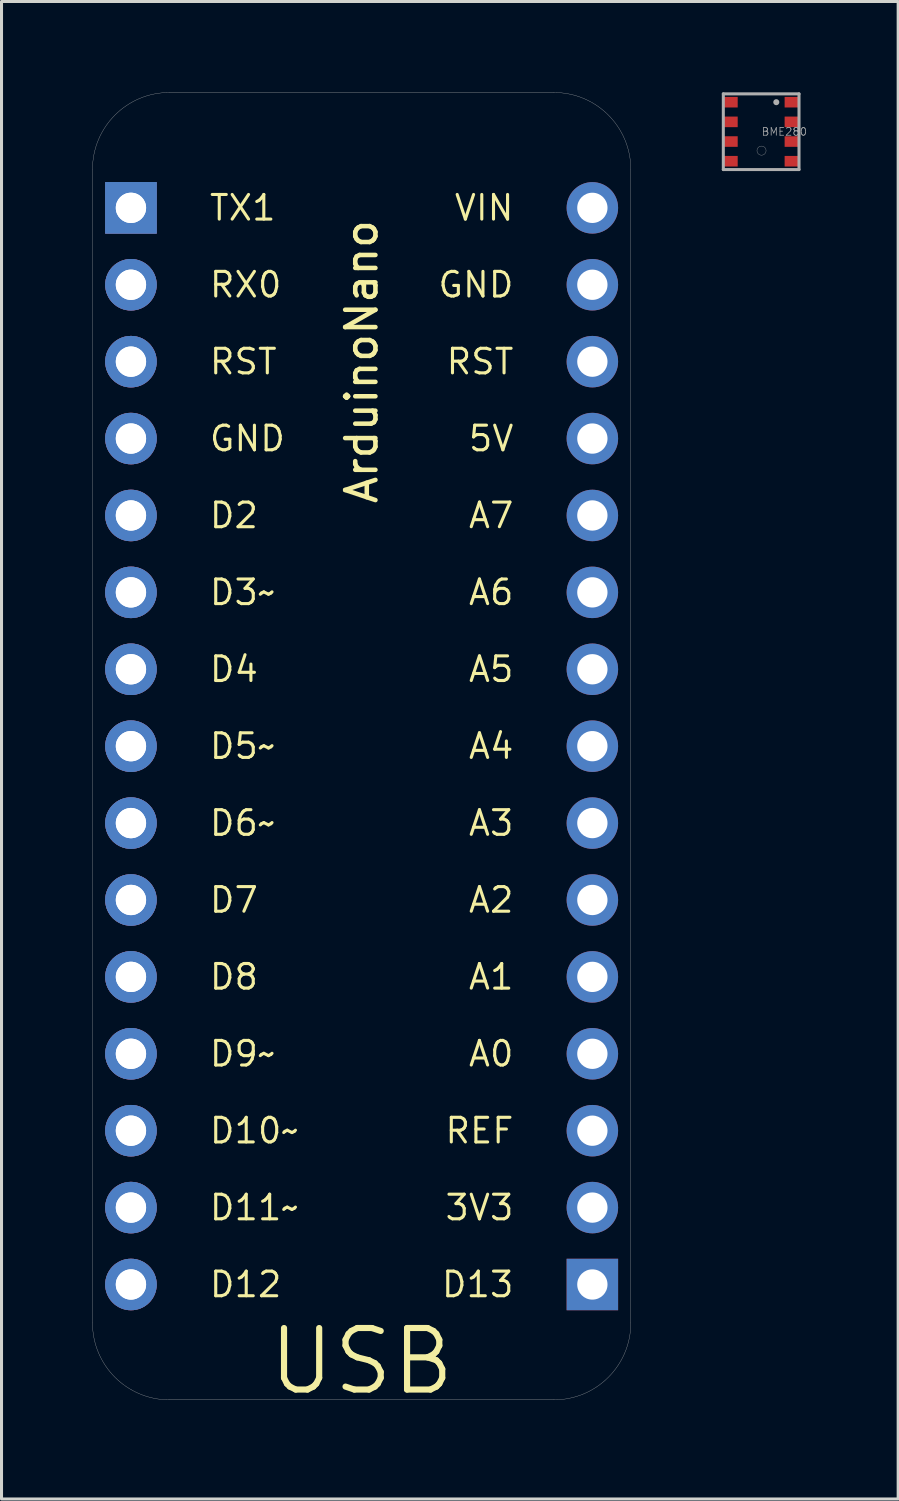
<source format=kicad_pcb>
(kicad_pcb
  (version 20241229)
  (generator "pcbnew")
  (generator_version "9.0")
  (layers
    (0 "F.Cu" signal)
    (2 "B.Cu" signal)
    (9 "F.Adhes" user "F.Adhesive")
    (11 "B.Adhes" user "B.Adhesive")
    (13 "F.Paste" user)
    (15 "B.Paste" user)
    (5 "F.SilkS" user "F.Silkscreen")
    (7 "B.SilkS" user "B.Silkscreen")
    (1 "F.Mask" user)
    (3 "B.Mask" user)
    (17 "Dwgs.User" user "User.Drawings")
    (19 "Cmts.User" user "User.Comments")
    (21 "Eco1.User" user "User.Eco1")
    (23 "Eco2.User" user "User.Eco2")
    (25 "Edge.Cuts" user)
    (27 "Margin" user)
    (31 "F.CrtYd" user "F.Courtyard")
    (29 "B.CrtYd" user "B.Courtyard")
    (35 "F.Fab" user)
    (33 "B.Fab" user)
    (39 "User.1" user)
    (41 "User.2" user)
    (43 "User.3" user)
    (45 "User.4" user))
  (footprint "ArduinoNano"
    (layer "F.Cu")
    (at 1.275 3.815)
    (property "Reference" "ArduinoNano" (at 7.62 5.08 90) (layer "F.SilkS") (effects (font (size 1 1) (thickness 0.15))))
    (attr through_hole)
    (fp_line (start -1.27 36.83) (end -1.27 -1.27) (stroke (width 0.01) (type solid)) (layer "F.Fab"))
    (fp_line (start 1.27 -3.81) (end 13.97 -3.81) (stroke (width 0.01) (type solid)) (layer "F.Fab"))
    (fp_line (start 13.97 39.37) (end 1.27 39.37) (stroke (width 0.01) (type solid)) (layer "F.Fab"))
    (fp_line (start 16.51 -1.27) (end 16.51 36.83) (stroke (width 0.01) (type solid)) (layer "F.Fab"))
    (fp_arc (start -1.27 -1.27) (mid -0.526051 -3.066051) (end 1.27 -3.81) (stroke (width 0.01) (type solid)) (layer "F.Fab"))
    (fp_arc (start 1.27 39.37) (mid -0.526051 38.626051) (end -1.27 36.83) (stroke (width 0.01) (type solid)) (layer "F.Fab"))
    (fp_arc (start 13.97 -3.81) (mid 15.766051 -3.066051) (end 16.51 -1.27) (stroke (width 0.01) (type solid)) (layer "F.Fab"))
    (fp_arc (start 16.51 36.83) (mid 15.766051 38.626051) (end 13.97 39.37) (stroke (width 0.01) (type solid)) (layer "F.Fab"))
    (fp_text user "A4" (at 12.7 17.78 0) (layer "F.SilkS") (effects (font (size 0.813 0.813) (thickness 0.102)) (justify right)))
    (fp_text user "D8" (at 2.54 25.4 0) (layer "F.SilkS") (effects (font (size 0.813 0.813) (thickness 0.102)) (justify left)))
    (fp_text user "D6~" (at 2.54 20.32 0) (layer "F.SilkS") (effects (font (size 0.813 0.813) (thickness 0.102)) (justify left)))
    (fp_text user "TX1" (at 2.54 0 180) (layer "F.SilkS") (effects (font (size 0.813 0.813) (thickness 0.102)) (justify left)))
    (fp_text user "D10~" (at 2.54 30.48 0) (layer "F.SilkS") (effects (font (size 0.813 0.813) (thickness 0.102)) (justify left)))
    (fp_text user "GND" (at 2.54 7.62 0) (layer "F.SilkS") (effects (font (size 0.813 0.813) (thickness 0.102)) (justify left)))
    (fp_text user "D12" (at 2.54 35.56 0) (layer "F.SilkS") (effects (font (size 0.813 0.813) (thickness 0.102)) (justify left)))
    (fp_text user "RST" (at 12.7 5.08 0) (layer "F.SilkS") (effects (font (size 0.813 0.813) (thickness 0.102)) (justify right)))
    (fp_text user "5V" (at 12.7 7.62 0) (layer "F.SilkS") (effects (font (size 0.813 0.813) (thickness 0.102)) (justify right)))
    (fp_text user "A2" (at 12.7 22.86 0) (layer "F.SilkS") (effects (font (size 0.813 0.813) (thickness 0.102)) (justify right)))
    (fp_text user "D13" (at 12.7 35.56 0) (layer "F.SilkS") (effects (font (size 0.813 0.813) (thickness 0.102)) (justify right)))
    (fp_text user "D2" (at 2.54 10.16 0) (layer "F.SilkS") (effects (font (size 0.813 0.813) (thickness 0.102)) (justify left)))
    (fp_text user "RX0" (at 2.54 2.54 180) (layer "F.SilkS") (effects (font (size 0.813 0.813) (thickness 0.102)) (justify left)))
    (fp_text user "A7" (at 12.7 10.16 0) (layer "F.SilkS") (effects (font (size 0.813 0.813) (thickness 0.102)) (justify right)))
    (fp_text user "USB" (at 7.62 38.1 0) (layer "F.SilkS") (effects (font (size 2.032 2.032) (thickness 0.203))))
    (fp_text user "D4" (at 2.54 15.24 0) (layer "F.SilkS") (effects (font (size 0.813 0.813) (thickness 0.102)) (justify left)))
    (fp_text user "3V3" (at 12.7 33.02 0) (layer "F.SilkS") (effects (font (size 0.813 0.813) (thickness 0.102)) (justify right)))
    (fp_text user "REF" (at 12.7 30.48 0) (layer "F.SilkS") (effects (font (size 0.813 0.813) (thickness 0.102)) (justify right)))
    (fp_text user "VIN" (at 12.7 0 0) (layer "F.SilkS") (effects (font (size 0.813 0.813) (thickness 0.102)) (justify right)))
    (fp_text user "A6" (at 12.7 12.7 0) (layer "F.SilkS") (effects (font (size 0.813 0.813) (thickness 0.102)) (justify right)))
    (fp_text user "D3~" (at 2.54 12.7 0) (layer "F.SilkS") (effects (font (size 0.813 0.813) (thickness 0.102)) (justify left)))
    (fp_text user "D7" (at 2.54 22.86 0) (layer "F.SilkS") (effects (font (size 0.813 0.813) (thickness 0.102)) (justify left)))
    (fp_text user "D9~" (at 2.54 27.94 0) (layer "F.SilkS") (effects (font (size 0.813 0.813) (thickness 0.102)) (justify left)))
    (fp_text user "RST" (at 2.54 5.08 0) (layer "F.SilkS") (effects (font (size 0.813 0.813) (thickness 0.102)) (justify left)))
    (fp_text user "A0" (at 12.7 27.94 0) (layer "F.SilkS") (effects (font (size 0.813 0.813) (thickness 0.102)) (justify right)))
    (fp_text user "A1" (at 12.7 25.4 0) (layer "F.SilkS") (effects (font (size 0.813 0.813) (thickness 0.102)) (justify right)))
    (fp_text user "A5" (at 12.7 15.24 0) (layer "F.SilkS") (effects (font (size 0.813 0.813) (thickness 0.102)) (justify right)))
    (fp_text user "GND" (at 12.7 2.54 0) (layer "F.SilkS") (effects (font (size 0.813 0.813) (thickness 0.102)) (justify right)))
    (fp_text user "D11~" (at 2.54 33.02 0) (layer "F.SilkS") (effects (font (size 0.813 0.813) (thickness 0.102)) (justify left)))
    (fp_text user "A3" (at 12.7 20.32 0) (layer "F.SilkS") (effects (font (size 0.813 0.813) (thickness 0.102)) (justify right)))
    (fp_text user "D5~" (at 2.54 17.78 0) (layer "F.SilkS") (effects (font (size 0.813 0.813) (thickness 0.102)) (justify left)))
    (pad "1" thru_hole rect (at 0 0) (size 1.7 1.7) (drill 1) (layers "*.Cu" "*.Mask"))
    (pad "1" thru_hole rect (at 0 0) (size 1.7 1.7) (drill 1) (layers "*.Cu" "*.Mask"))
    (pad "2" thru_hole oval (at 0 2.54) (size 1.7 1.7) (drill 1) (layers "*.Cu" "*.Mask"))
    (pad "2" thru_hole oval (at 0 2.54) (size 1.7 1.7) (drill 1) (layers "*.Cu" "*.Mask"))
    (pad "3" thru_hole oval (at 0 5.08) (size 1.7 1.7) (drill 1) (layers "*.Cu" "*.Mask"))
    (pad "3" thru_hole oval (at 0 5.08) (size 1.7 1.7) (drill 1) (layers "*.Cu" "*.Mask"))
    (pad "4" thru_hole oval (at 0 7.62) (size 1.7 1.7) (drill 1) (layers "*.Cu" "*.Mask"))
    (pad "4" thru_hole oval (at 0 7.62) (size 1.7 1.7) (drill 1) (layers "*.Cu" "*.Mask"))
    (pad "5" thru_hole oval (at 0 10.16) (size 1.7 1.7) (drill 1) (layers "*.Cu" "*.Mask"))
    (pad "5" thru_hole oval (at 0 10.16) (size 1.7 1.7) (drill 1) (layers "*.Cu" "*.Mask"))
    (pad "6" thru_hole oval (at 0 12.7) (size 1.7 1.7) (drill 1) (layers "*.Cu" "*.Mask"))
    (pad "6" thru_hole oval (at 0 12.7) (size 1.7 1.7) (drill 1) (layers "*.Cu" "*.Mask"))
    (pad "7" thru_hole oval (at 0 15.24) (size 1.7 1.7) (drill 1) (layers "*.Cu" "*.Mask"))
    (pad "7" thru_hole oval (at 0 15.24) (size 1.7 1.7) (drill 1) (layers "*.Cu" "*.Mask"))
    (pad "8" thru_hole oval (at 0 17.78) (size 1.7 1.7) (drill 1) (layers "*.Cu" "*.Mask"))
    (pad "8" thru_hole oval (at 0 17.78) (size 1.7 1.7) (drill 1) (layers "*.Cu" "*.Mask"))
    (pad "9" thru_hole oval (at 0 20.32) (size 1.7 1.7) (drill 1) (layers "*.Cu" "*.Mask"))
    (pad "9" thru_hole oval (at 0 20.32) (size 1.7 1.7) (drill 1) (layers "*.Cu" "*.Mask"))
    (pad "10" thru_hole oval (at 0 22.86) (size 1.7 1.7) (drill 1) (layers "*.Cu" "*.Mask"))
    (pad "10" thru_hole oval (at 0 22.86) (size 1.7 1.7) (drill 1) (layers "*.Cu" "*.Mask"))
    (pad "11" thru_hole oval (at 0 25.4) (size 1.7 1.7) (drill 1) (layers "*.Cu" "*.Mask"))
    (pad "11" thru_hole oval (at 0 25.4) (size 1.7 1.7) (drill 1) (layers "*.Cu" "*.Mask"))
    (pad "12" thru_hole oval (at 0 27.94) (size 1.7 1.7) (drill 1) (layers "*.Cu" "*.Mask"))
    (pad "12" thru_hole oval (at 0 27.94) (size 1.7 1.7) (drill 1) (layers "*.Cu" "*.Mask"))
    (pad "13" thru_hole oval (at 0 30.48) (size 1.7 1.7) (drill 1) (layers "*.Cu" "*.Mask"))
    (pad "13" thru_hole oval (at 0 30.48) (size 1.7 1.7) (drill 1) (layers "*.Cu" "*.Mask"))
    (pad "14" thru_hole oval (at 0 33.02) (size 1.7 1.7) (drill 1) (layers "*.Cu" "*.Mask"))
    (pad "14" thru_hole oval (at 0 33.02) (size 1.7 1.7) (drill 1) (layers "*.Cu" "*.Mask"))
    (pad "15" thru_hole oval (at 0 35.56) (size 1.7 1.7) (drill 1) (layers "*.Cu" "*.Mask"))
    (pad "15" thru_hole oval (at 0 35.56) (size 1.7 1.7) (drill 1) (layers "*.Cu" "*.Mask"))
    (pad "16" thru_hole rect (at 15.24 35.56 180) (size 1.7 1.7) (drill 1) (layers "*.Cu" "*.Mask"))
    (pad "17" thru_hole oval (at 15.24 33.02 180) (size 1.7 1.7) (drill 1) (layers "*.Cu" "*.Mask"))
    (pad "18" thru_hole oval (at 15.24 30.48 180) (size 1.7 1.7) (drill 1) (layers "*.Cu" "*.Mask"))
    (pad "19" thru_hole oval (at 15.24 27.94 180) (size 1.7 1.7) (drill 1) (layers "*.Cu" "*.Mask"))
    (pad "20" thru_hole oval (at 15.24 25.4 180) (size 1.7 1.7) (drill 1) (layers "*.Cu" "*.Mask"))
    (pad "21" thru_hole oval (at 15.24 22.86 180) (size 1.7 1.7) (drill 1) (layers "*.Cu" "*.Mask"))
    (pad "22" thru_hole oval (at 15.24 20.32 180) (size 1.7 1.7) (drill 1) (layers "*.Cu" "*.Mask"))
    (pad "23" thru_hole oval (at 15.24 17.78 180) (size 1.7 1.7) (drill 1) (layers "*.Cu" "*.Mask"))
    (pad "24" thru_hole oval (at 15.24 15.24 180) (size 1.7 1.7) (drill 1) (layers "*.Cu" "*.Mask"))
    (pad "25" thru_hole oval (at 15.24 12.7 180) (size 1.7 1.7) (drill 1) (layers "*.Cu" "*.Mask"))
    (pad "26" thru_hole oval (at 15.24 10.16 180) (size 1.7 1.7) (drill 1) (layers "*.Cu" "*.Mask"))
    (pad "27" thru_hole oval (at 15.24 7.62 180) (size 1.7 1.7) (drill 1) (layers "*.Cu" "*.Mask"))
    (pad "28" thru_hole oval (at 15.24 5.08 180) (size 1.7 1.7) (drill 1) (layers "*.Cu" "*.Mask"))
    (pad "29" thru_hole oval (at 15.24 2.54 180) (size 1.7 1.7) (drill 1) (layers "*.Cu" "*.Mask"))
    (pad "30" thru_hole oval (at 15.24 0 180) (size 1.7 1.7) (drill 1) (layers "*.Cu" "*.Mask")))
  (footprint "BME280"
    (layer "F.Cu")
    (at 22.09 1.3)
    (property "Reference" "BME280" (at 0 0 0) (layer "F.Fab") (effects (font (size 0.254 0.254) (thickness 0.025)) (justify left)))
    (attr smd)
    (fp_line (start -1.25 -1.25) (end 1.25 -1.25) (stroke (width 0.1) (type solid)) (layer "F.Fab"))
    (fp_line (start -1.25 1.25) (end -1.25 -1.25) (stroke (width 0.1) (type solid)) (layer "F.Fab"))
    (fp_line (start 1.25 -1.25) (end 1.25 1.25) (stroke (width 0.1) (type solid)) (layer "F.Fab"))
    (fp_line (start 1.25 1.25) (end -1.25 1.25) (stroke (width 0.1) (type solid)) (layer "F.Fab"))
    (fp_circle (center 0.012 0.625) (end 0.012 0.775) (stroke (width 0.01) (type solid)) (fill no) (layer "F.Fab"))
    (fp_circle (center 0.5 -0.975) (end 0.45 -0.975) (stroke (width 0.1) (type solid)) (fill no) (layer "F.Fab"))
    (pad "1" smd rect (at 1.025 -0.975) (size 0.5 0.35) (layers "F.Cu" "F.Mask" "F.Paste"))
    (pad "2" smd rect (at 1.025 -0.325) (size 0.5 0.35) (layers "F.Cu" "F.Mask" "F.Paste"))
    (pad "3" smd rect (at 1.025 0.325) (size 0.5 0.35) (layers "F.Cu" "F.Mask" "F.Paste"))
    (pad "4" smd rect (at 1.025 0.975) (size 0.5 0.35) (layers "F.Cu" "F.Mask" "F.Paste"))
    (pad "5" smd rect (at -1.025 0.975) (size 0.5 0.35) (layers "F.Cu" "F.Mask" "F.Paste"))
    (pad "6" smd rect (at -1.025 0.325) (size 0.5 0.35) (layers "F.Cu" "F.Mask" "F.Paste"))
    (pad "7" smd rect (at -1.025 -0.325) (size 0.5 0.35) (layers "F.Cu" "F.Mask" "F.Paste"))
    (pad "8" smd rect (at -1.025 -0.975) (size 0.5 0.35) (layers "F.Cu" "F.Mask" "F.Paste")))
  (gr_rect
    (start -3 -3)
    (end 26.615 46.46)
    (stroke (width 0.1) (type default))
    (fill no)
    (layer "Edge.Cuts")))
</source>
